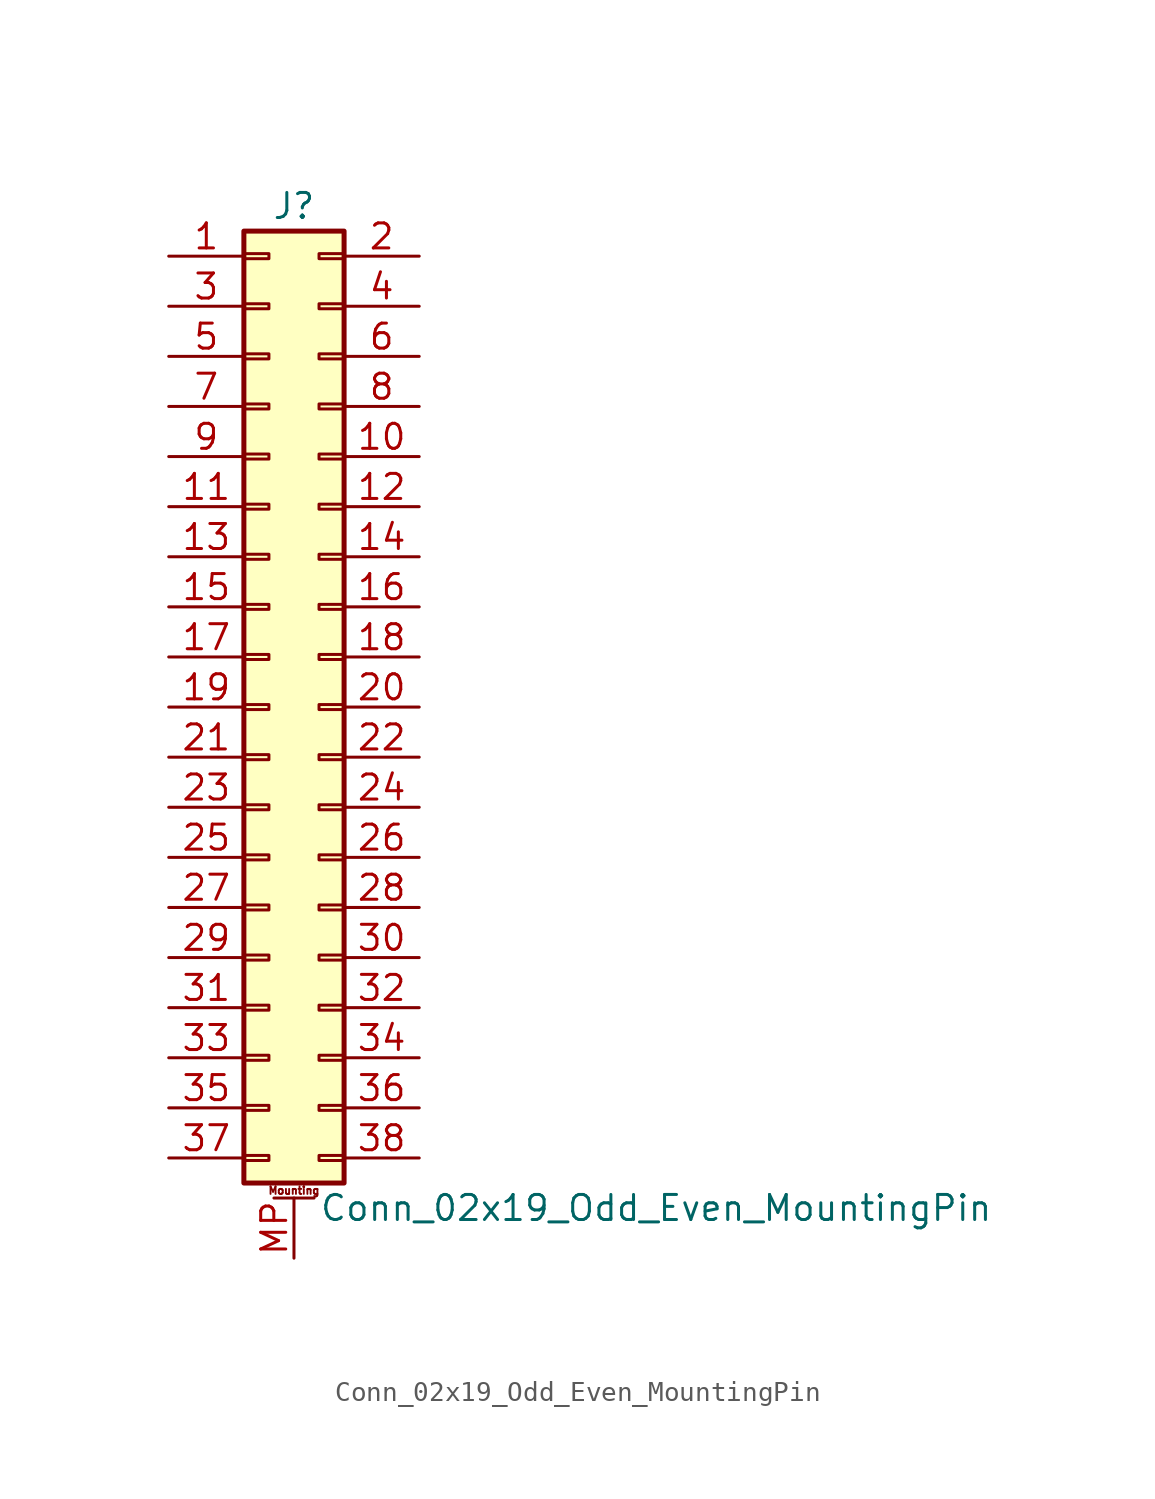
<source format=kicad_sym>
(kicad_symbol_lib
  (version 20201005)
  (generator kicad_symbol_editor)
  (symbol "Conn_02x19_Odd_Even_MountingPin"
    (pin_names
      (offset 1.016) hide)
    (property "Reference" "J"
      (at 1.27 25.4 0)
      (effects (font (size 1.27 1.27))))
    (property "Value" "Conn_02x19_Odd_Even_MountingPin"
      (at 2.54 -25.4 0)
      (effects (font (size 1.27 1.27)) (justify left)))
    (symbol "Conn_02x19_Odd_Even_MountingPin_1_1"
      (text "Mounting" (at 1.27 -24.511 0) (effects (font (size 0.381 0.381))))
      (rectangle (start -1.27 -22.733) (end 0 -22.987) (stroke (width 0.152)) (fill (type none)))
      (rectangle (start -1.27 -20.193) (end 0 -20.447) (stroke (width 0.152)) (fill (type none)))
      (rectangle (start -1.27 -17.653) (end 0 -17.907) (stroke (width 0.152)) (fill (type none)))
      (rectangle (start -1.27 -15.113) (end 0 -15.367) (stroke (width 0.152)) (fill (type none)))
      (rectangle (start -1.27 -12.573) (end 0 -12.827) (stroke (width 0.152)) (fill (type none)))
      (rectangle (start -1.27 -10.033) (end 0 -10.287) (stroke (width 0.152)) (fill (type none)))
      (rectangle (start -1.27 -7.493) (end 0 -7.747) (stroke (width 0.152)) (fill (type none)))
      (rectangle (start -1.27 -4.953) (end 0 -5.207) (stroke (width 0.152)) (fill (type none)))
      (rectangle (start -1.27 -2.413) (end 0 -2.667) (stroke (width 0.152)) (fill (type none)))
      (rectangle (start -1.27 0.127) (end 0 -0.127) (stroke (width 0.152)) (fill (type none)))
      (rectangle (start -1.27 2.667) (end 0 2.413) (stroke (width 0.152)) (fill (type none)))
      (rectangle (start -1.27 5.207) (end 0 4.953) (stroke (width 0.152)) (fill (type none)))
      (rectangle (start -1.27 7.747) (end 0 7.493) (stroke (width 0.152)) (fill (type none)))
      (rectangle (start -1.27 10.287) (end 0 10.033) (stroke (width 0.152)) (fill (type none)))
      (rectangle (start -1.27 12.827) (end 0 12.573) (stroke (width 0.152)) (fill (type none)))
      (rectangle (start -1.27 15.367) (end 0 15.113) (stroke (width 0.152)) (fill (type none)))
      (rectangle (start -1.27 17.907) (end 0 17.653) (stroke (width 0.152)) (fill (type none)))
      (rectangle (start -1.27 20.447) (end 0 20.193) (stroke (width 0.152)) (fill (type none)))
      (rectangle (start -1.27 22.987) (end 0 22.733) (stroke (width 0.152)) (fill (type none)))
      (rectangle (start 3.81 -22.733) (end 2.54 -22.987) (stroke (width 0.152)) (fill (type none)))
      (rectangle (start 3.81 -20.193) (end 2.54 -20.447) (stroke (width 0.152)) (fill (type none)))
      (rectangle (start 3.81 -17.653) (end 2.54 -17.907) (stroke (width 0.152)) (fill (type none)))
      (rectangle (start 3.81 -15.113) (end 2.54 -15.367) (stroke (width 0.152)) (fill (type none)))
      (rectangle (start 3.81 -12.573) (end 2.54 -12.827) (stroke (width 0.152)) (fill (type none)))
      (rectangle (start 3.81 -10.033) (end 2.54 -10.287) (stroke (width 0.152)) (fill (type none)))
      (rectangle (start 3.81 -7.493) (end 2.54 -7.747) (stroke (width 0.152)) (fill (type none)))
      (rectangle (start 3.81 -4.953) (end 2.54 -5.207) (stroke (width 0.152)) (fill (type none)))
      (rectangle (start 3.81 -2.413) (end 2.54 -2.667) (stroke (width 0.152)) (fill (type none)))
      (rectangle (start 3.81 0.127) (end 2.54 -0.127) (stroke (width 0.152)) (fill (type none)))
      (rectangle (start 3.81 2.667) (end 2.54 2.413) (stroke (width 0.152)) (fill (type none)))
      (rectangle (start 3.81 5.207) (end 2.54 4.953) (stroke (width 0.152)) (fill (type none)))
      (rectangle (start 3.81 7.747) (end 2.54 7.493) (stroke (width 0.152)) (fill (type none)))
      (rectangle (start 3.81 10.287) (end 2.54 10.033) (stroke (width 0.152)) (fill (type none)))
      (rectangle (start 3.81 12.827) (end 2.54 12.573) (stroke (width 0.152)) (fill (type none)))
      (rectangle (start 3.81 15.367) (end 2.54 15.113) (stroke (width 0.152)) (fill (type none)))
      (rectangle (start 3.81 17.907) (end 2.54 17.653) (stroke (width 0.152)) (fill (type none)))
      (rectangle (start 3.81 20.447) (end 2.54 20.193) (stroke (width 0.152)) (fill (type none)))
      (rectangle (start 3.81 22.987) (end 2.54 22.733) (stroke (width 0.152)) (fill (type none)))
      (rectangle (start -1.27 24.13) (end 3.81 -24.13) (stroke (width 0.254)) (fill (type background)))
      (polyline (pts (xy 0.254 -24.892) (xy 2.286 -24.892)) (stroke (width 0.152)) (fill (type none)))
      (pin passive line (at -5.08 22.86 0) (length 3.81) (name "Pin_1" (effects (font (size 1.27 1.27)))) (number "1" (effects (font (size 1.27 1.27)))))
      (pin passive line (at 7.62 12.7 180) (length 3.81) (name "Pin_10" (effects (font (size 1.27 1.27)))) (number "10" (effects (font (size 1.27 1.27)))))
      (pin passive line (at -5.08 10.16 0) (length 3.81) (name "Pin_11" (effects (font (size 1.27 1.27)))) (number "11" (effects (font (size 1.27 1.27)))))
      (pin passive line (at 7.62 10.16 180) (length 3.81) (name "Pin_12" (effects (font (size 1.27 1.27)))) (number "12" (effects (font (size 1.27 1.27)))))
      (pin passive line (at -5.08 7.62 0) (length 3.81) (name "Pin_13" (effects (font (size 1.27 1.27)))) (number "13" (effects (font (size 1.27 1.27)))))
      (pin passive line (at 7.62 7.62 180) (length 3.81) (name "Pin_14" (effects (font (size 1.27 1.27)))) (number "14" (effects (font (size 1.27 1.27)))))
      (pin passive line (at -5.08 5.08 0) (length 3.81) (name "Pin_15" (effects (font (size 1.27 1.27)))) (number "15" (effects (font (size 1.27 1.27)))))
      (pin passive line (at 7.62 5.08 180) (length 3.81) (name "Pin_16" (effects (font (size 1.27 1.27)))) (number "16" (effects (font (size 1.27 1.27)))))
      (pin passive line (at -5.08 2.54 0) (length 3.81) (name "Pin_17" (effects (font (size 1.27 1.27)))) (number "17" (effects (font (size 1.27 1.27)))))
      (pin passive line (at 7.62 2.54 180) (length 3.81) (name "Pin_18" (effects (font (size 1.27 1.27)))) (number "18" (effects (font (size 1.27 1.27)))))
      (pin passive line (at -5.08 0 0) (length 3.81) (name "Pin_19" (effects (font (size 1.27 1.27)))) (number "19" (effects (font (size 1.27 1.27)))))
      (pin passive line (at 7.62 22.86 180) (length 3.81) (name "Pin_2" (effects (font (size 1.27 1.27)))) (number "2" (effects (font (size 1.27 1.27)))))
      (pin passive line (at 7.62 0 180) (length 3.81) (name "Pin_20" (effects (font (size 1.27 1.27)))) (number "20" (effects (font (size 1.27 1.27)))))
      (pin passive line (at -5.08 -2.54 0) (length 3.81) (name "Pin_21" (effects (font (size 1.27 1.27)))) (number "21" (effects (font (size 1.27 1.27)))))
      (pin passive line (at 7.62 -2.54 180) (length 3.81) (name "Pin_22" (effects (font (size 1.27 1.27)))) (number "22" (effects (font (size 1.27 1.27)))))
      (pin passive line (at -5.08 -5.08 0) (length 3.81) (name "Pin_23" (effects (font (size 1.27 1.27)))) (number "23" (effects (font (size 1.27 1.27)))))
      (pin passive line (at 7.62 -5.08 180) (length 3.81) (name "Pin_24" (effects (font (size 1.27 1.27)))) (number "24" (effects (font (size 1.27 1.27)))))
      (pin passive line (at -5.08 -7.62 0) (length 3.81) (name "Pin_25" (effects (font (size 1.27 1.27)))) (number "25" (effects (font (size 1.27 1.27)))))
      (pin passive line (at 7.62 -7.62 180) (length 3.81) (name "Pin_26" (effects (font (size 1.27 1.27)))) (number "26" (effects (font (size 1.27 1.27)))))
      (pin passive line (at -5.08 -10.16 0) (length 3.81) (name "Pin_27" (effects (font (size 1.27 1.27)))) (number "27" (effects (font (size 1.27 1.27)))))
      (pin passive line (at 7.62 -10.16 180) (length 3.81) (name "Pin_28" (effects (font (size 1.27 1.27)))) (number "28" (effects (font (size 1.27 1.27)))))
      (pin passive line (at -5.08 -12.7 0) (length 3.81) (name "Pin_29" (effects (font (size 1.27 1.27)))) (number "29" (effects (font (size 1.27 1.27)))))
      (pin passive line (at -5.08 20.32 0) (length 3.81) (name "Pin_3" (effects (font (size 1.27 1.27)))) (number "3" (effects (font (size 1.27 1.27)))))
      (pin passive line (at 7.62 -12.7 180) (length 3.81) (name "Pin_30" (effects (font (size 1.27 1.27)))) (number "30" (effects (font (size 1.27 1.27)))))
      (pin passive line (at -5.08 -15.24 0) (length 3.81) (name "Pin_31" (effects (font (size 1.27 1.27)))) (number "31" (effects (font (size 1.27 1.27)))))
      (pin passive line (at 7.62 -15.24 180) (length 3.81) (name "Pin_32" (effects (font (size 1.27 1.27)))) (number "32" (effects (font (size 1.27 1.27)))))
      (pin passive line (at -5.08 -17.78 0) (length 3.81) (name "Pin_33" (effects (font (size 1.27 1.27)))) (number "33" (effects (font (size 1.27 1.27)))))
      (pin passive line (at 7.62 -17.78 180) (length 3.81) (name "Pin_34" (effects (font (size 1.27 1.27)))) (number "34" (effects (font (size 1.27 1.27)))))
      (pin passive line (at -5.08 -20.32 0) (length 3.81) (name "Pin_35" (effects (font (size 1.27 1.27)))) (number "35" (effects (font (size 1.27 1.27)))))
      (pin passive line (at 7.62 -20.32 180) (length 3.81) (name "Pin_36" (effects (font (size 1.27 1.27)))) (number "36" (effects (font (size 1.27 1.27)))))
      (pin passive line (at -5.08 -22.86 0) (length 3.81) (name "Pin_37" (effects (font (size 1.27 1.27)))) (number "37" (effects (font (size 1.27 1.27)))))
      (pin passive line (at 7.62 -22.86 180) (length 3.81) (name "Pin_38" (effects (font (size 1.27 1.27)))) (number "38" (effects (font (size 1.27 1.27)))))
      (pin passive line (at 7.62 20.32 180) (length 3.81) (name "Pin_4" (effects (font (size 1.27 1.27)))) (number "4" (effects (font (size 1.27 1.27)))))
      (pin passive line (at -5.08 17.78 0) (length 3.81) (name "Pin_5" (effects (font (size 1.27 1.27)))) (number "5" (effects (font (size 1.27 1.27)))))
      (pin passive line (at 7.62 17.78 180) (length 3.81) (name "Pin_6" (effects (font (size 1.27 1.27)))) (number "6" (effects (font (size 1.27 1.27)))))
      (pin passive line (at -5.08 15.24 0) (length 3.81) (name "Pin_7" (effects (font (size 1.27 1.27)))) (number "7" (effects (font (size 1.27 1.27)))))
      (pin passive line (at 7.62 15.24 180) (length 3.81) (name "Pin_8" (effects (font (size 1.27 1.27)))) (number "8" (effects (font (size 1.27 1.27)))))
      (pin passive line (at -5.08 12.7 0) (length 3.81) (name "Pin_9" (effects (font (size 1.27 1.27)))) (number "9" (effects (font (size 1.27 1.27)))))
      (pin passive line (at 1.27 -27.94 90) (length 3.048) (name "MountPin" (effects (font (size 1.27 1.27)))) (number "MP" (effects (font (size 1.27 1.27))))))))
</source>
